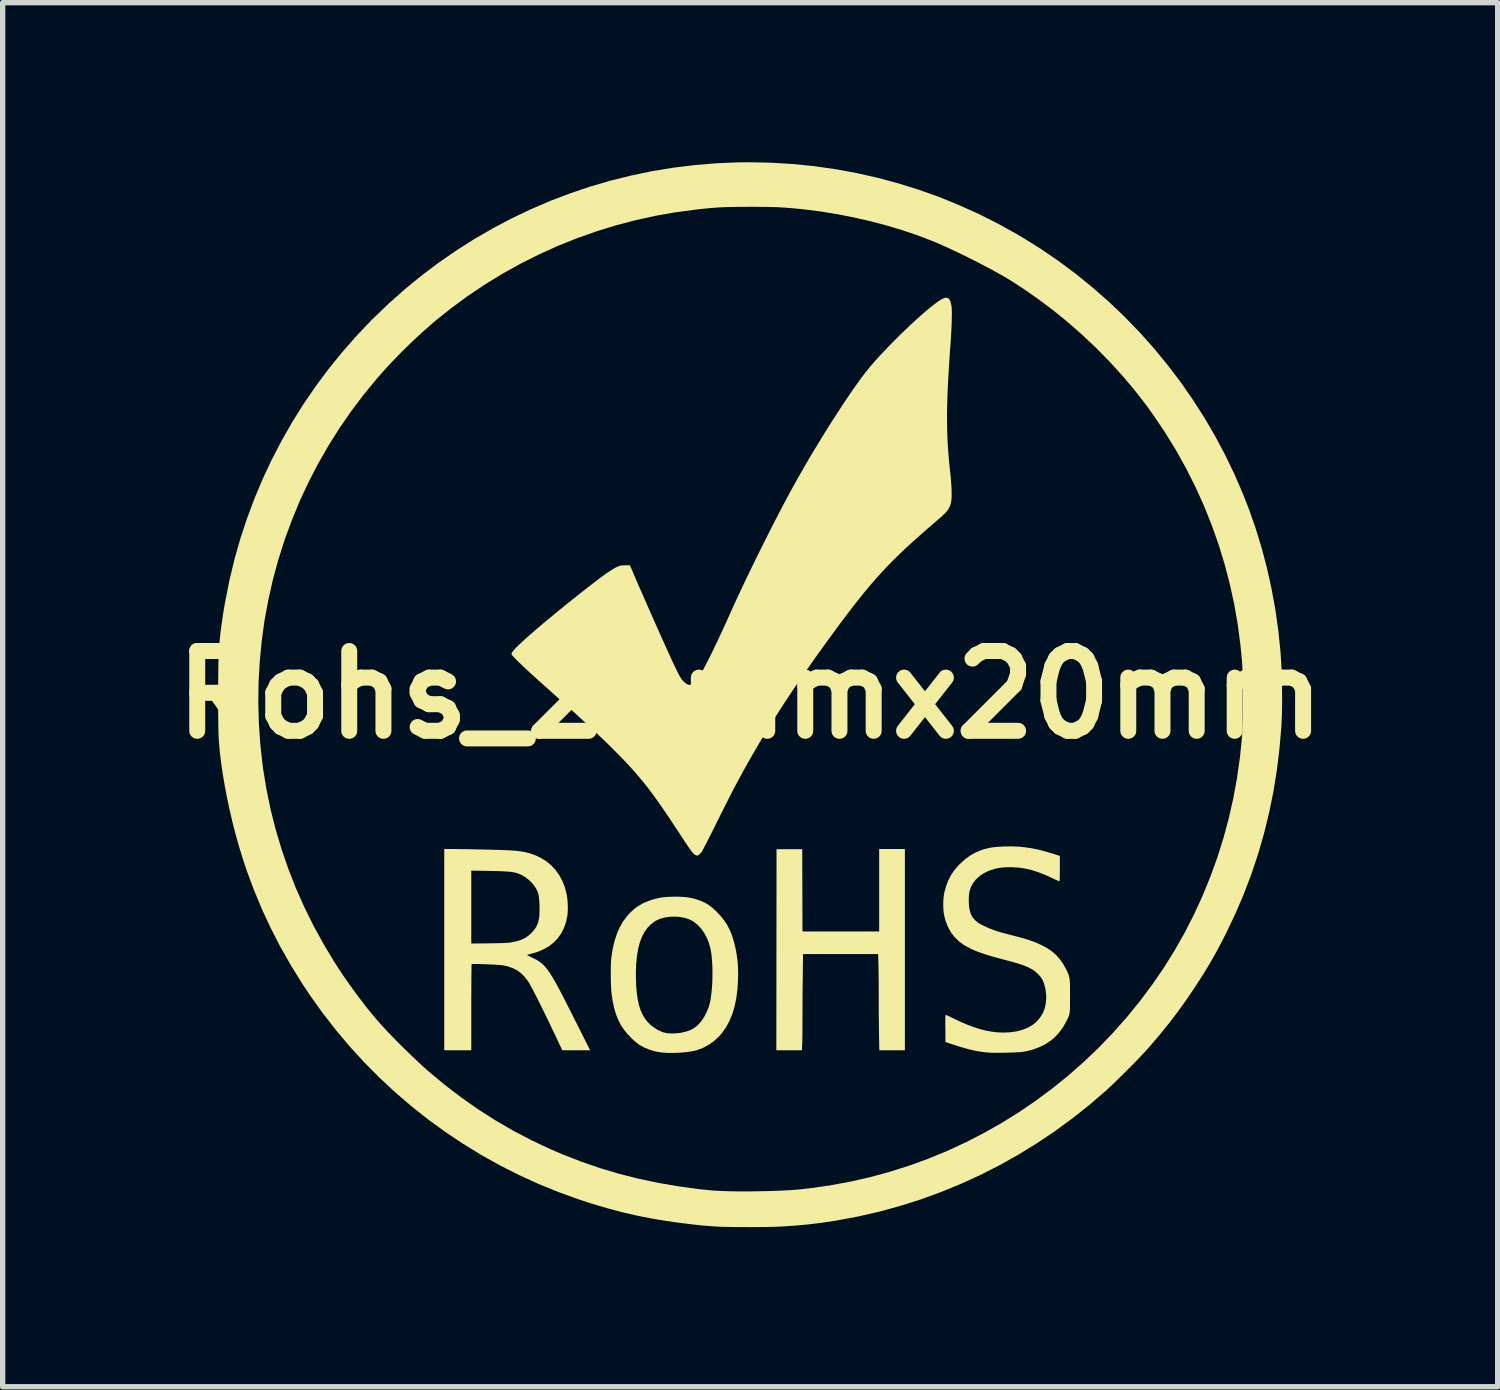
<source format=kicad_pcb>
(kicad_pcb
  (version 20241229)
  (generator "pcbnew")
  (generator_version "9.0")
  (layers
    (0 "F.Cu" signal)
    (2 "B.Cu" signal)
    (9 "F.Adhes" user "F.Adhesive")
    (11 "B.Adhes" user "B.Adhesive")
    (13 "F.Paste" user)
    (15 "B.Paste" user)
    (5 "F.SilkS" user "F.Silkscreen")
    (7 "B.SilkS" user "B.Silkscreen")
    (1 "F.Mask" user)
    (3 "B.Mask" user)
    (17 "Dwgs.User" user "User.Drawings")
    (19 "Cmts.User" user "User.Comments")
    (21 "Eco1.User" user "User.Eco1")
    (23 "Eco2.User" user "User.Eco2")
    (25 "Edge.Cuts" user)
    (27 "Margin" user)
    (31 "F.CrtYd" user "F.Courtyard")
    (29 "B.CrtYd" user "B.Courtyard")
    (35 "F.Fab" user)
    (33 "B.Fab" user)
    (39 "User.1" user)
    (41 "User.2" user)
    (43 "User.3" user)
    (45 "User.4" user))
  (footprint "Rohs_20mmx20mm"
    (layer "F.Cu")
    (at 11.05 10.008)
    (property "Reference" "Rohs_20mmx20mm" (at 0 0 0) (layer "F.SilkS") (effects (font (size 1.5 1.5) (thickness 0.3))))
    (attr exclude_from_pos_files exclude_from_bom allow_missing_courtyard)
    (fp_poly (pts (xy 2.908 4.792) (xy 2.908 6.683) (xy 2.668 6.683) (xy 2.428 6.683) (xy 2.422 6.39) (xy 2.421 6.316) (xy 2.42 6.229) (xy 2.419 6.133) (xy 2.418 6.031) (xy 2.417 5.927) (xy 2.417 5.825) (xy 2.417 5.729) (xy 2.417 5.699) (xy 2.417 5.61) (xy 2.416 5.517) (xy 2.416 5.425) (xy 2.415 5.335) (xy 2.414 5.252) (xy 2.413 5.178) (xy 2.412 5.115) (xy 2.411 5.089) (xy 2.406 4.875) (xy 1.7 4.875) (xy 0.994 4.875) (xy 0.989 5.269) (xy 0.988 5.368) (xy 0.986 5.479) (xy 0.985 5.598) (xy 0.985 5.719) (xy 0.984 5.839) (xy 0.984 5.951) (xy 0.983 6.052) (xy 0.983 6.059) (xy 0.983 6.144) (xy 0.983 6.227) (xy 0.982 6.307) (xy 0.982 6.381) (xy 0.981 6.448) (xy 0.98 6.503) (xy 0.979 6.547) (xy 0.978 6.57) (xy 0.972 6.683) (xy 0.732 6.683) (xy 0.492 6.683) (xy 0.494 4.794) (xy 0.496 2.904) (xy 0.738 2.904) (xy 0.979 2.904) (xy 0.981 3.677) (xy 0.983 4.45) (xy 1.704 4.45) (xy 2.425 4.45) (xy 2.425 3.675) (xy 2.425 2.9) (xy 2.667 2.9) (xy 2.908 2.9)) (stroke (width 0) (type solid)) (fill yes) (layer "F.SilkS"))
    (fp_poly (pts (xy -1.33 3.797) (xy -1.26 3.8) (xy -1.199 3.805) (xy -1.142 3.814) (xy -1.086 3.825) (xy -1.027 3.841) (xy -1.008 3.847) (xy -0.922 3.877) (xy -0.845 3.912) (xy -0.775 3.955) (xy -0.706 4.008) (xy -0.64 4.068) (xy -0.561 4.152) (xy -0.492 4.237) (xy -0.433 4.326) (xy -0.384 4.421) (xy -0.341 4.525) (xy -0.306 4.639) (xy -0.275 4.767) (xy -0.263 4.829) (xy -0.247 4.928) (xy -0.235 5.025) (xy -0.229 5.124) (xy -0.226 5.23) (xy -0.228 5.345) (xy -0.238 5.527) (xy -0.259 5.696) (xy -0.291 5.853) (xy -0.334 5.997) (xy -0.388 6.129) (xy -0.453 6.249) (xy -0.529 6.357) (xy -0.583 6.42) (xy -0.674 6.505) (xy -0.774 6.577) (xy -0.88 6.635) (xy -0.993 6.678) (xy -1.096 6.703) (xy -1.193 6.717) (xy -1.301 6.727) (xy -1.412 6.732) (xy -1.522 6.733) (xy -1.624 6.728) (xy -1.67 6.724) (xy -1.778 6.706) (xy -1.886 6.674) (xy -1.99 6.632) (xy -2.073 6.587) (xy -2.103 6.565) (xy -2.141 6.536) (xy -2.181 6.502) (xy -2.219 6.467) (xy -2.223 6.463) (xy -2.303 6.38) (xy -2.373 6.294) (xy -2.432 6.205) (xy -2.481 6.109) (xy -2.522 6.006) (xy -2.556 5.892) (xy -2.583 5.767) (xy -2.604 5.628) (xy -2.605 5.617) (xy -2.61 5.565) (xy -2.614 5.501) (xy -2.617 5.428) (xy -2.619 5.348) (xy -2.62 5.266) (xy -2.62 5.216) (xy -2.148 5.216) (xy -2.147 5.333) (xy -2.142 5.48) (xy -2.13 5.612) (xy -2.113 5.73) (xy -2.089 5.836) (xy -2.059 5.93) (xy -2.022 6.014) (xy -1.977 6.088) (xy -1.924 6.154) (xy -1.863 6.213) (xy -1.833 6.237) (xy -1.746 6.296) (xy -1.655 6.338) (xy -1.631 6.346) (xy -1.577 6.359) (xy -1.511 6.366) (xy -1.439 6.367) (xy -1.364 6.362) (xy -1.29 6.352) (xy -1.286 6.351) (xy -1.199 6.33) (xy -1.126 6.304) (xy -1.062 6.271) (xy -1.005 6.229) (xy -0.971 6.197) (xy -0.917 6.134) (xy -0.866 6.058) (xy -0.821 5.972) (xy -0.783 5.881) (xy -0.775 5.86) (xy -0.757 5.793) (xy -0.741 5.712) (xy -0.729 5.62) (xy -0.719 5.519) (xy -0.712 5.413) (xy -0.709 5.303) (xy -0.708 5.193) (xy -0.711 5.084) (xy -0.718 4.981) (xy -0.727 4.884) (xy -0.741 4.798) (xy -0.743 4.787) (xy -0.771 4.68) (xy -0.81 4.578) (xy -0.859 4.484) (xy -0.917 4.401) (xy -0.983 4.329) (xy -1.056 4.27) (xy -1.087 4.25) (xy -1.163 4.215) (xy -1.247 4.19) (xy -1.338 4.175) (xy -1.431 4.17) (xy -1.525 4.175) (xy -1.615 4.19) (xy -1.7 4.214) (xy -1.774 4.249) (xy -1.794 4.261) (xy -1.868 4.317) (xy -1.933 4.385) (xy -1.989 4.465) (xy -2.037 4.557) (xy -2.076 4.662) (xy -2.106 4.78) (xy -2.128 4.912) (xy -2.142 5.057) (xy -2.148 5.216) (xy -2.62 5.216) (xy -2.62 5.185) (xy -2.619 5.108) (xy -2.616 5.038) (xy -2.613 4.979) (xy -2.61 4.946) (xy -2.585 4.782) (xy -2.55 4.632) (xy -2.505 4.494) (xy -2.45 4.369) (xy -2.385 4.256) (xy -2.309 4.155) (xy -2.254 4.096) (xy -2.176 4.024) (xy -2.095 3.966) (xy -2.008 3.917) (xy -1.91 3.876) (xy -1.869 3.862) (xy -1.795 3.839) (xy -1.724 3.822) (xy -1.654 3.81) (xy -1.58 3.802) (xy -1.498 3.798) (xy -1.413 3.796)) (stroke (width 0) (type solid)) (fill yes) (layer "F.SilkS"))
    (fp_poly (pts (xy -5.619 2.9) (xy -5.561 2.9) (xy -5.491 2.901) (xy -5.412 2.902) (xy -5.325 2.903) (xy -5.234 2.905) (xy -5.139 2.907) (xy -5.043 2.909) (xy -4.948 2.911) (xy -4.856 2.914) (xy -4.77 2.916) (xy -4.691 2.918) (xy -4.622 2.921) (xy -4.564 2.923) (xy -4.52 2.925) (xy -4.508 2.926) (xy -4.397 2.934) (xy -4.3 2.946) (xy -4.212 2.963) (xy -4.132 2.984) (xy -4.056 3.011) (xy -3.98 3.044) (xy -3.946 3.061) (xy -3.841 3.125) (xy -3.746 3.201) (xy -3.662 3.289) (xy -3.591 3.388) (xy -3.531 3.497) (xy -3.484 3.617) (xy -3.45 3.746) (xy -3.449 3.75) (xy -3.438 3.82) (xy -3.431 3.899) (xy -3.427 3.98) (xy -3.428 4.059) (xy -3.433 4.131) (xy -3.436 4.156) (xy -3.462 4.278) (xy -3.502 4.389) (xy -3.554 4.49) (xy -3.619 4.581) (xy -3.697 4.661) (xy -3.788 4.731) (xy -3.891 4.789) (xy -4.007 4.837) (xy -4.127 4.872) (xy -4.157 4.88) (xy -4.18 4.886) (xy -4.191 4.891) (xy -4.192 4.892) (xy -4.185 4.897) (xy -4.165 4.908) (xy -4.136 4.923) (xy -4.1 4.941) (xy -4.084 4.949) (xy -4.044 4.969) (xy -4.008 4.988) (xy -3.974 5.009) (xy -3.942 5.031) (xy -3.911 5.056) (xy -3.88 5.085) (xy -3.85 5.117) (xy -3.819 5.155) (xy -3.787 5.199) (xy -3.753 5.249) (xy -3.717 5.308) (xy -3.677 5.374) (xy -3.635 5.451) (xy -3.588 5.537) (xy -3.537 5.634) (xy -3.481 5.744) (xy -3.419 5.866) (xy -3.35 6.002) (xy -3.304 6.094) (xy -3.008 6.683) (xy -3.269 6.683) (xy -3.531 6.683) (xy -3.683 6.36) (xy -3.732 6.258) (xy -3.781 6.155) (xy -3.831 6.053) (xy -3.879 5.953) (xy -3.927 5.857) (xy -3.972 5.766) (xy -4.015 5.682) (xy -4.054 5.605) (xy -4.089 5.537) (xy -4.12 5.481) (xy -4.144 5.435) (xy -4.163 5.404) (xy -4.167 5.397) (xy -4.231 5.311) (xy -4.299 5.241) (xy -4.374 5.184) (xy -4.458 5.14) (xy -4.552 5.107) (xy -4.638 5.087) (xy -4.661 5.084) (xy -4.697 5.081) (xy -4.742 5.078) (xy -4.796 5.074) (xy -4.854 5.071) (xy -4.916 5.069) (xy -4.978 5.066) (xy -5.039 5.064) (xy -5.095 5.062) (xy -5.145 5.061) (xy -5.186 5.061) (xy -5.216 5.061) (xy -5.233 5.063) (xy -5.235 5.063) (xy -5.236 5.072) (xy -5.237 5.096) (xy -5.238 5.135) (xy -5.238 5.187) (xy -5.239 5.251) (xy -5.24 5.326) (xy -5.24 5.411) (xy -5.241 5.504) (xy -5.241 5.605) (xy -5.242 5.713) (xy -5.242 5.825) (xy -5.242 5.875) (xy -5.242 6.683) (xy -5.496 6.683) (xy -5.75 6.683) (xy -5.75 4.792) (xy -5.75 3.991) (xy -5.242 3.991) (xy -5.242 4.677) (xy -4.906 4.673) (xy -4.81 4.671) (xy -4.729 4.67) (xy -4.661 4.668) (xy -4.606 4.666) (xy -4.56 4.663) (xy -4.524 4.66) (xy -4.494 4.656) (xy -4.49 4.655) (xy -4.393 4.635) (xy -4.309 4.609) (xy -4.235 4.574) (xy -4.169 4.53) (xy -4.112 4.479) (xy -4.055 4.414) (xy -4.012 4.348) (xy -3.984 4.278) (xy -3.968 4.202) (xy -3.967 4.196) (xy -3.961 4.129) (xy -3.959 4.057) (xy -3.959 3.984) (xy -3.961 3.912) (xy -3.966 3.845) (xy -3.973 3.785) (xy -3.983 3.737) (xy -3.991 3.709) (xy -4.029 3.634) (xy -4.081 3.561) (xy -4.144 3.495) (xy -4.215 3.437) (xy -4.292 3.39) (xy -4.372 3.356) (xy -4.377 3.354) (xy -4.409 3.345) (xy -4.444 3.338) (xy -4.486 3.331) (xy -4.534 3.326) (xy -4.592 3.322) (xy -4.66 3.318) (xy -4.741 3.315) (xy -4.835 3.313) (xy -4.935 3.311) (xy -5.242 3.306) (xy -5.242 3.991) (xy -5.75 3.991) (xy -5.75 2.9)) (stroke (width 0) (type solid)) (fill yes) (layer "F.SilkS"))
    (fp_poly (pts (xy 5.048 2.856) (xy 5.169 2.868) (xy 5.29 2.886) (xy 5.414 2.911) (xy 5.545 2.945) (xy 5.686 2.987) (xy 5.708 2.994) (xy 5.821 3.03) (xy 5.821 3.264) (xy 5.821 3.325) (xy 5.82 3.381) (xy 5.819 3.428) (xy 5.818 3.466) (xy 5.817 3.492) (xy 5.815 3.504) (xy 5.815 3.505) (xy 5.806 3.503) (xy 5.784 3.495) (xy 5.753 3.482) (xy 5.713 3.464) (xy 5.668 3.443) (xy 5.661 3.439) (xy 5.527 3.379) (xy 5.402 3.331) (xy 5.283 3.293) (xy 5.167 3.267) (xy 5.05 3.25) (xy 4.932 3.243) (xy 4.888 3.242) (xy 4.809 3.243) (xy 4.742 3.248) (xy 4.681 3.255) (xy 4.621 3.267) (xy 4.592 3.275) (xy 4.489 3.308) (xy 4.397 3.352) (xy 4.316 3.405) (xy 4.247 3.468) (xy 4.191 3.538) (xy 4.149 3.616) (xy 4.122 3.701) (xy 4.121 3.706) (xy 4.114 3.754) (xy 4.11 3.812) (xy 4.109 3.876) (xy 4.111 3.939) (xy 4.117 3.995) (xy 4.121 4.022) (xy 4.135 4.081) (xy 4.15 4.126) (xy 4.168 4.164) (xy 4.191 4.197) (xy 4.221 4.231) (xy 4.224 4.234) (xy 4.25 4.258) (xy 4.274 4.278) (xy 4.301 4.297) (xy 4.335 4.316) (xy 4.38 4.339) (xy 4.392 4.344) (xy 4.452 4.373) (xy 4.511 4.398) (xy 4.573 4.421) (xy 4.639 4.444) (xy 4.714 4.467) (xy 4.798 4.49) (xy 4.897 4.515) (xy 4.902 4.517) (xy 4.992 4.54) (xy 5.068 4.56) (xy 5.134 4.578) (xy 5.191 4.595) (xy 5.242 4.611) (xy 5.29 4.628) (xy 5.338 4.646) (xy 5.361 4.655) (xy 5.479 4.707) (xy 5.582 4.763) (xy 5.672 4.824) (xy 5.75 4.892) (xy 5.819 4.969) (xy 5.88 5.055) (xy 5.933 5.15) (xy 5.953 5.189) (xy 5.968 5.222) (xy 5.981 5.252) (xy 5.991 5.282) (xy 5.999 5.313) (xy 6.004 5.347) (xy 6.008 5.386) (xy 6.011 5.434) (xy 6.012 5.491) (xy 6.012 5.56) (xy 6.012 5.643) (xy 6.012 5.662) (xy 6.012 5.746) (xy 6.012 5.815) (xy 6.011 5.871) (xy 6.01 5.918) (xy 6.007 5.956) (xy 6.003 5.987) (xy 5.997 6.015) (xy 5.988 6.041) (xy 5.978 6.068) (xy 5.964 6.096) (xy 5.948 6.13) (xy 5.94 6.145) (xy 5.879 6.252) (xy 5.808 6.349) (xy 5.729 6.435) (xy 5.663 6.491) (xy 5.558 6.562) (xy 5.443 6.621) (xy 5.318 6.668) (xy 5.185 6.702) (xy 5.121 6.713) (xy 5.091 6.716) (xy 5.048 6.719) (xy 4.994 6.722) (xy 4.932 6.725) (xy 4.864 6.727) (xy 4.795 6.729) (xy 4.725 6.73) (xy 4.66 6.731) (xy 4.6 6.731) (xy 4.55 6.73) (xy 4.512 6.729) (xy 4.508 6.728) (xy 4.414 6.72) (xy 4.322 6.708) (xy 4.229 6.692) (xy 4.132 6.67) (xy 4.029 6.642) (xy 3.915 6.608) (xy 3.832 6.581) (xy 3.671 6.528) (xy 3.669 6.272) (xy 3.668 6.189) (xy 3.668 6.122) (xy 3.669 6.072) (xy 3.671 6.038) (xy 3.673 6.02) (xy 3.675 6.017) (xy 3.686 6.02) (xy 3.708 6.03) (xy 3.738 6.044) (xy 3.767 6.059) (xy 3.914 6.13) (xy 4.05 6.19) (xy 4.178 6.239) (xy 4.299 6.279) (xy 4.414 6.31) (xy 4.526 6.331) (xy 4.636 6.345) (xy 4.746 6.35) (xy 4.768 6.35) (xy 4.897 6.344) (xy 5.016 6.326) (xy 5.125 6.296) (xy 5.223 6.256) (xy 5.31 6.205) (xy 5.385 6.144) (xy 5.447 6.072) (xy 5.497 5.992) (xy 5.534 5.903) (xy 5.557 5.805) (xy 5.565 5.699) (xy 5.564 5.642) (xy 5.551 5.534) (xy 5.526 5.434) (xy 5.499 5.368) (xy 5.479 5.332) (xy 5.452 5.296) (xy 5.416 5.256) (xy 5.405 5.245) (xy 5.369 5.212) (xy 5.33 5.182) (xy 5.287 5.155) (xy 5.238 5.129) (xy 5.182 5.104) (xy 5.116 5.079) (xy 5.039 5.054) (xy 4.949 5.027) (xy 4.846 4.999) (xy 4.804 4.988) (xy 4.686 4.957) (xy 4.581 4.928) (xy 4.489 4.901) (xy 4.408 4.876) (xy 4.336 4.852) (xy 4.27 4.827) (xy 4.208 4.802) (xy 4.15 4.776) (xy 4.12 4.761) (xy 4.013 4.701) (xy 3.919 4.631) (xy 3.839 4.551) (xy 3.771 4.461) (xy 3.716 4.36) (xy 3.672 4.248) (xy 3.645 4.142) (xy 3.636 4.084) (xy 3.631 4.016) (xy 3.629 3.942) (xy 3.631 3.867) (xy 3.637 3.796) (xy 3.646 3.734) (xy 3.648 3.725) (xy 3.681 3.602) (xy 3.723 3.491) (xy 3.776 3.39) (xy 3.841 3.295) (xy 3.92 3.203) (xy 3.945 3.179) (xy 4.038 3.094) (xy 4.132 3.025) (xy 4.23 2.969) (xy 4.334 2.925) (xy 4.379 2.909) (xy 4.442 2.892) (xy 4.504 2.878) (xy 4.569 2.867) (xy 4.64 2.86) (xy 4.722 2.855) (xy 4.792 2.852) (xy 4.923 2.851)) (stroke (width 0) (type solid)) (fill yes) (layer "F.SilkS"))
    (fp_poly (pts (xy 3.725 -7.451) (xy 3.749 -7.424) (xy 3.767 -7.382) (xy 3.781 -7.324) (xy 3.784 -7.308) (xy 3.788 -7.272) (xy 3.79 -7.221) (xy 3.791 -7.156) (xy 3.79 -7.08) (xy 3.788 -6.995) (xy 3.784 -6.901) (xy 3.779 -6.8) (xy 3.773 -6.695) (xy 3.766 -6.587) (xy 3.763 -6.55) (xy 3.747 -6.328) (xy 3.734 -6.121) (xy 3.722 -5.927) (xy 3.713 -5.745) (xy 3.707 -5.574) (xy 3.702 -5.412) (xy 3.7 -5.258) (xy 3.701 -5.109) (xy 3.703 -4.965) (xy 3.708 -4.824) (xy 3.715 -4.685) (xy 3.725 -4.546) (xy 3.737 -4.406) (xy 3.751 -4.263) (xy 3.76 -4.183) (xy 3.772 -4.066) (xy 3.78 -3.958) (xy 3.786 -3.861) (xy 3.787 -3.775) (xy 3.786 -3.702) (xy 3.781 -3.642) (xy 3.773 -3.601) (xy 3.761 -3.562) (xy 3.747 -3.528) (xy 3.73 -3.495) (xy 3.708 -3.463) (xy 3.679 -3.428) (xy 3.642 -3.391) (xy 3.596 -3.347) (xy 3.538 -3.297) (xy 3.504 -3.268) (xy 3.342 -3.128) (xy 3.193 -2.997) (xy 3.054 -2.873) (xy 2.924 -2.754) (xy 2.802 -2.638) (xy 2.686 -2.524) (xy 2.575 -2.411) (xy 2.468 -2.297) (xy 2.363 -2.18) (xy 2.258 -2.059) (xy 2.153 -1.933) (xy 2.045 -1.799) (xy 1.933 -1.657) (xy 1.817 -1.505) (xy 1.694 -1.342) (xy 1.465 -1.03) (xy 1.248 -0.729) (xy 1.042 -0.436) (xy 0.846 -0.151) (xy 0.661 0.127) (xy 0.485 0.4) (xy 0.317 0.668) (xy 0.157 0.933) (xy 0.005 1.195) (xy -0.092 1.367) (xy -0.135 1.445) (xy -0.175 1.519) (xy -0.214 1.59) (xy -0.252 1.661) (xy -0.29 1.733) (xy -0.329 1.807) (xy -0.37 1.886) (xy -0.413 1.972) (xy -0.46 2.065) (xy -0.512 2.167) (xy -0.569 2.282) (xy -0.632 2.409) (xy -0.638 2.42) (xy -0.68 2.506) (xy -0.721 2.588) (xy -0.76 2.665) (xy -0.797 2.736) (xy -0.829 2.8) (xy -0.857 2.854) (xy -0.88 2.898) (xy -0.898 2.931) (xy -0.909 2.95) (xy -0.911 2.953) (xy -0.935 2.982) (xy -0.96 3.006) (xy -0.982 3.021) (xy -0.996 3.024) (xy -1.01 3.021) (xy -1.021 3.017) (xy -1.033 3.011) (xy -1.046 3.002) (xy -1.059 2.991) (xy -1.074 2.976) (xy -1.092 2.956) (xy -1.112 2.929) (xy -1.137 2.894) (xy -1.167 2.851) (xy -1.203 2.798) (xy -1.245 2.735) (xy -1.295 2.659) (xy -1.339 2.591) (xy -1.44 2.439) (xy -1.532 2.299) (xy -1.619 2.172) (xy -1.7 2.054) (xy -1.777 1.945) (xy -1.852 1.844) (xy -1.924 1.748) (xy -1.996 1.657) (xy -2.068 1.57) (xy -2.141 1.484) (xy -2.217 1.398) (xy -2.296 1.311) (xy -2.381 1.222) (xy -2.471 1.129) (xy -2.567 1.033) (xy -2.666 0.934) (xy -2.773 0.83) (xy -2.889 0.72) (xy -3.014 0.603) (xy -3.149 0.478) (xy -3.294 0.345) (xy -3.451 0.203) (xy -3.572 0.096) (xy -3.677 0.002) (xy -3.77 -0.082) (xy -3.853 -0.156) (xy -3.926 -0.222) (xy -3.99 -0.279) (xy -4.047 -0.331) (xy -4.097 -0.375) (xy -4.14 -0.415) (xy -4.179 -0.451) (xy -4.213 -0.483) (xy -4.244 -0.512) (xy -4.273 -0.539) (xy -4.301 -0.566) (xy -4.328 -0.592) (xy -4.34 -0.604) (xy -4.379 -0.642) (xy -4.414 -0.678) (xy -4.444 -0.709) (xy -4.466 -0.733) (xy -4.478 -0.749) (xy -4.48 -0.751) (xy -4.486 -0.765) (xy -4.485 -0.778) (xy -4.476 -0.794) (xy -4.465 -0.81) (xy -4.44 -0.841) (xy -4.402 -0.882) (xy -4.352 -0.932) (xy -4.29 -0.99) (xy -4.218 -1.056) (xy -4.136 -1.129) (xy -4.044 -1.209) (xy -3.943 -1.295) (xy -3.835 -1.386) (xy -3.719 -1.482) (xy -3.596 -1.583) (xy -3.466 -1.688) (xy -3.332 -1.796) (xy -3.192 -1.907) (xy -3.183 -1.914) (xy -3.076 -1.998) (xy -2.98 -2.073) (xy -2.895 -2.138) (xy -2.82 -2.195) (xy -2.754 -2.243) (xy -2.696 -2.285) (xy -2.645 -2.319) (xy -2.6 -2.348) (xy -2.561 -2.372) (xy -2.525 -2.391) (xy -2.509 -2.399) (xy -2.48 -2.412) (xy -2.456 -2.421) (xy -2.432 -2.427) (xy -2.403 -2.43) (xy -2.364 -2.432) (xy -2.352 -2.432) (xy -2.312 -2.433) (xy -2.285 -2.433) (xy -2.268 -2.432) (xy -2.259 -2.428) (xy -2.254 -2.422) (xy -2.251 -2.415) (xy -2.241 -2.39) (xy -2.224 -2.35) (xy -2.202 -2.298) (xy -2.175 -2.234) (xy -2.143 -2.161) (xy -2.108 -2.079) (xy -2.069 -1.99) (xy -2.027 -1.896) (xy -1.984 -1.796) (xy -1.939 -1.694) (xy -1.893 -1.589) (xy -1.847 -1.485) (xy -1.801 -1.381) (xy -1.755 -1.279) (xy -1.712 -1.181) (xy -1.67 -1.087) (xy -1.631 -1) (xy -1.595 -0.921) (xy -1.569 -0.862) (xy -1.519 -0.754) (xy -1.476 -0.659) (xy -1.438 -0.578) (xy -1.405 -0.509) (xy -1.377 -0.45) (xy -1.352 -0.402) (xy -1.331 -0.361) (xy -1.312 -0.329) (xy -1.295 -0.302) (xy -1.28 -0.281) (xy -1.266 -0.264) (xy -1.266 -0.264) (xy -1.221 -0.221) (xy -1.177 -0.193) (xy -1.135 -0.183) (xy -1.094 -0.189) (xy -1.055 -0.211) (xy -1.016 -0.251) (xy -0.994 -0.282) (xy -0.954 -0.346) (xy -0.908 -0.425) (xy -0.857 -0.52) (xy -0.8 -0.629) (xy -0.738 -0.753) (xy -0.671 -0.891) (xy -0.598 -1.043) (xy -0.521 -1.209) (xy -0.439 -1.388) (xy -0.367 -1.549) (xy -0.296 -1.706) (xy -0.217 -1.876) (xy -0.133 -2.056) (xy -0.043 -2.243) (xy 0.05 -2.435) (xy 0.145 -2.63) (xy 0.243 -2.826) (xy 0.34 -3.02) (xy 0.436 -3.209) (xy 0.531 -3.393) (xy 0.622 -3.567) (xy 0.709 -3.731) (xy 0.769 -3.842) (xy 0.857 -4) (xy 0.949 -4.163) (xy 1.044 -4.329) (xy 1.142 -4.496) (xy 1.243 -4.663) (xy 1.344 -4.829) (xy 1.445 -4.993) (xy 1.546 -5.152) (xy 1.646 -5.307) (xy 1.743 -5.455) (xy 1.837 -5.596) (xy 1.927 -5.728) (xy 2.013 -5.849) (xy 2.092 -5.959) (xy 2.166 -6.055) (xy 2.195 -6.092) (xy 2.262 -6.174) (xy 2.339 -6.263) (xy 2.423 -6.356) (xy 2.514 -6.453) (xy 2.609 -6.553) (xy 2.707 -6.653) (xy 2.808 -6.754) (xy 2.91 -6.852) (xy 3.01 -6.948) (xy 3.109 -7.039) (xy 3.205 -7.125) (xy 3.296 -7.204) (xy 3.381 -7.276) (xy 3.458 -7.337) (xy 3.527 -7.388) (xy 3.558 -7.409) (xy 3.612 -7.441) (xy 3.657 -7.459) (xy 3.695 -7.462)) (stroke (width 0) (type solid)) (fill yes) (layer "F.SilkS"))
    (fp_poly (pts (xy 0.392 -10) (xy 0.799 -9.975) (xy 1.203 -9.935) (xy 1.604 -9.878) (xy 2.002 -9.805) (xy 2.396 -9.716) (xy 2.786 -9.611) (xy 3.172 -9.491) (xy 3.552 -9.355) (xy 3.926 -9.203) (xy 4.295 -9.037) (xy 4.657 -8.855) (xy 5.012 -8.658) (xy 5.125 -8.591) (xy 5.469 -8.376) (xy 5.803 -8.147) (xy 6.128 -7.905) (xy 6.441 -7.65) (xy 6.744 -7.384) (xy 7.036 -7.106) (xy 7.316 -6.817) (xy 7.584 -6.517) (xy 7.84 -6.206) (xy 8.084 -5.886) (xy 8.314 -5.555) (xy 8.532 -5.216) (xy 8.736 -4.868) (xy 8.925 -4.512) (xy 9.101 -4.148) (xy 9.262 -3.776) (xy 9.375 -3.487) (xy 9.503 -3.122) (xy 9.617 -2.748) (xy 9.717 -2.367) (xy 9.802 -1.981) (xy 9.873 -1.592) (xy 9.928 -1.2) (xy 9.968 -0.808) (xy 9.97 -0.779) (xy 9.979 -0.644) (xy 9.987 -0.498) (xy 9.993 -0.345) (xy 9.996 -0.188) (xy 9.998 -0.03) (xy 9.999 0.126) (xy 9.997 0.276) (xy 9.993 0.418) (xy 9.987 0.549) (xy 9.984 0.608) (xy 9.948 1.024) (xy 9.898 1.431) (xy 9.833 1.832) (xy 9.752 2.226) (xy 9.657 2.614) (xy 9.547 2.995) (xy 9.421 3.372) (xy 9.28 3.743) (xy 9.123 4.11) (xy 8.951 4.472) (xy 8.937 4.5) (xy 8.852 4.666) (xy 8.769 4.822) (xy 8.685 4.971) (xy 8.599 5.119) (xy 8.507 5.268) (xy 8.407 5.423) (xy 8.346 5.517) (xy 8.194 5.741) (xy 8.042 5.953) (xy 7.887 6.157) (xy 7.725 6.358) (xy 7.554 6.56) (xy 7.442 6.688) (xy 7.397 6.737) (xy 7.342 6.795) (xy 7.279 6.861) (xy 7.21 6.932) (xy 7.136 7.006) (xy 7.061 7.082) (xy 6.985 7.157) (xy 6.911 7.23) (xy 6.841 7.298) (xy 6.777 7.359) (xy 6.721 7.411) (xy 6.688 7.441) (xy 6.375 7.711) (xy 6.053 7.966) (xy 5.723 8.207) (xy 5.384 8.434) (xy 5.038 8.647) (xy 4.685 8.845) (xy 4.324 9.028) (xy 3.957 9.196) (xy 3.583 9.349) (xy 3.203 9.487) (xy 2.818 9.609) (xy 2.427 9.716) (xy 2.031 9.807) (xy 1.63 9.882) (xy 1.55 9.895) (xy 1.323 9.928) (xy 1.101 9.955) (xy 0.877 9.976) (xy 0.647 9.992) (xy 0.483 10) (xy 0.412 10.002) (xy 0.327 10.004) (xy 0.231 10.005) (xy 0.126 10.006) (xy 0.016 10.007) (xy -0.096 10.006) (xy -0.208 10.006) (xy -0.317 10.005) (xy -0.42 10.003) (xy -0.514 10.001) (xy -0.562 10) (xy -0.657 9.995) (xy -0.765 9.987) (xy -0.885 9.977) (xy -1.014 9.964) (xy -1.149 9.948) (xy -1.288 9.931) (xy -1.429 9.912) (xy -1.569 9.891) (xy -1.706 9.87) (xy -1.838 9.847) (xy -1.85 9.845) (xy -2.132 9.79) (xy -2.416 9.724) (xy -2.703 9.647) (xy -2.998 9.559) (xy -3.225 9.485) (xy -3.605 9.347) (xy -3.979 9.195) (xy -4.346 9.027) (xy -4.704 8.846) (xy -5.055 8.65) (xy -5.398 8.44) (xy -5.731 8.217) (xy -6.056 7.981) (xy -6.37 7.732) (xy -6.675 7.47) (xy -6.97 7.196) (xy -7.253 6.91) (xy -7.526 6.612) (xy -7.786 6.303) (xy -8.035 5.983) (xy -8.271 5.653) (xy -8.424 5.423) (xy -8.633 5.085) (xy -8.827 4.744) (xy -9.005 4.399) (xy -9.169 4.049) (xy -9.318 3.692) (xy -9.455 3.328) (xy -9.483 3.246) (xy -9.55 3.04) (xy -9.615 2.826) (xy -9.676 2.607) (xy -9.733 2.384) (xy -9.785 2.159) (xy -9.833 1.935) (xy -9.875 1.714) (xy -9.912 1.497) (xy -9.943 1.287) (xy -9.967 1.087) (xy -9.984 0.898) (xy -9.992 0.775) (xy -9.993 0.728) (xy -9.995 0.666) (xy -9.996 0.591) (xy -9.997 0.505) (xy -9.998 0.411) (xy -9.999 0.309) (xy -9.999 0.202) (xy -9.999 0.156) (xy -9.245 0.156) (xy -9.234 0.546) (xy -9.207 0.935) (xy -9.164 1.324) (xy -9.154 1.4) (xy -9.091 1.782) (xy -9.013 2.161) (xy -8.918 2.536) (xy -8.807 2.906) (xy -8.681 3.273) (xy -8.539 3.634) (xy -8.381 3.99) (xy -8.208 4.341) (xy -8.019 4.685) (xy -7.816 5.023) (xy -7.765 5.102) (xy -7.669 5.249) (xy -7.565 5.399) (xy -7.457 5.55) (xy -7.346 5.7) (xy -7.235 5.845) (xy -7.125 5.982) (xy -7.019 6.108) (xy -6.953 6.183) (xy -6.885 6.258) (xy -6.807 6.342) (xy -6.72 6.432) (xy -6.628 6.526) (xy -6.532 6.622) (xy -6.434 6.717) (xy -6.337 6.811) (xy -6.244 6.899) (xy -6.156 6.981) (xy -6.075 7.053) (xy -6.05 7.075) (xy -5.747 7.328) (xy -5.436 7.566) (xy -5.117 7.79) (xy -4.79 7.999) (xy -4.455 8.194) (xy -4.111 8.374) (xy -3.758 8.54) (xy -3.513 8.645) (xy -3.168 8.779) (xy -2.818 8.899) (xy -2.462 9.005) (xy -2.099 9.097) (xy -1.728 9.175) (xy -1.349 9.24) (xy -0.961 9.293) (xy -0.767 9.313) (xy -0.687 9.32) (xy -0.593 9.325) (xy -0.486 9.33) (xy -0.369 9.333) (xy -0.243 9.335) (xy -0.11 9.335) (xy 0.027 9.335) (xy 0.167 9.333) (xy 0.308 9.33) (xy 0.447 9.326) (xy 0.479 9.325) (xy 0.583 9.321) (xy 0.674 9.316) (xy 0.756 9.312) (xy 0.833 9.306) (xy 0.908 9.3) (xy 0.985 9.292) (xy 1.067 9.283) (xy 1.104 9.279) (xy 1.489 9.225) (xy 1.87 9.155) (xy 2.247 9.07) (xy 2.618 8.969) (xy 2.985 8.853) (xy 3.346 8.722) (xy 3.7 8.576) (xy 4.048 8.415) (xy 4.389 8.24) (xy 4.723 8.052) (xy 5.049 7.849) (xy 5.366 7.633) (xy 5.675 7.404) (xy 5.975 7.162) (xy 6.265 6.907) (xy 6.545 6.64) (xy 6.815 6.36) (xy 7.073 6.069) (xy 7.321 5.766) (xy 7.554 5.454) (xy 7.772 5.137) (xy 7.975 4.812) (xy 8.165 4.477) (xy 8.34 4.135) (xy 8.501 3.785) (xy 8.647 3.428) (xy 8.779 3.066) (xy 8.895 2.697) (xy 8.996 2.324) (xy 9.081 1.947) (xy 9.151 1.566) (xy 9.205 1.182) (xy 9.212 1.117) (xy 9.222 1.02) (xy 9.231 0.932) (xy 9.239 0.852) (xy 9.245 0.775) (xy 9.25 0.701) (xy 9.254 0.627) (xy 9.257 0.549) (xy 9.26 0.467) (xy 9.261 0.377) (xy 9.262 0.276) (xy 9.262 0.163) (xy 9.262 0.079) (xy 9.262 -0.044) (xy 9.262 -0.152) (xy 9.261 -0.249) (xy 9.259 -0.336) (xy 9.256 -0.416) (xy 9.253 -0.491) (xy 9.249 -0.565) (xy 9.244 -0.638) (xy 9.237 -0.714) (xy 9.229 -0.795) (xy 9.22 -0.884) (xy 9.216 -0.925) (xy 9.166 -1.313) (xy 9.099 -1.697) (xy 9.016 -2.078) (xy 8.918 -2.454) (xy 8.804 -2.826) (xy 8.674 -3.192) (xy 8.529 -3.553) (xy 8.369 -3.907) (xy 8.194 -4.255) (xy 8.004 -4.596) (xy 7.799 -4.929) (xy 7.58 -5.254) (xy 7.441 -5.448) (xy 7.229 -5.721) (xy 7.002 -5.99) (xy 6.763 -6.253) (xy 6.512 -6.509) (xy 6.251 -6.756) (xy 5.982 -6.993) (xy 5.733 -7.196) (xy 5.619 -7.284) (xy 5.498 -7.374) (xy 5.375 -7.464) (xy 5.251 -7.551) (xy 5.13 -7.634) (xy 5.013 -7.711) (xy 4.905 -7.78) (xy 4.848 -7.815) (xy 4.737 -7.88) (xy 4.614 -7.949) (xy 4.481 -8.021) (xy 4.341 -8.095) (xy 4.196 -8.169) (xy 4.05 -8.242) (xy 3.906 -8.312) (xy 3.765 -8.379) (xy 3.63 -8.44) (xy 3.505 -8.495) (xy 3.415 -8.532) (xy 3.143 -8.636) (xy 2.859 -8.732) (xy 2.565 -8.82) (xy 2.262 -8.9) (xy 1.955 -8.97) (xy 1.644 -9.031) (xy 1.334 -9.082) (xy 1.025 -9.121) (xy 0.912 -9.133) (xy 0.825 -9.141) (xy 0.747 -9.148) (xy 0.676 -9.154) (xy 0.609 -9.158) (xy 0.543 -9.162) (xy 0.477 -9.165) (xy 0.408 -9.167) (xy 0.333 -9.169) (xy 0.25 -9.17) (xy 0.156 -9.17) (xy 0.049 -9.171) (xy 0.004 -9.171) (xy -0.118 -9.17) (xy -0.227 -9.17) (xy -0.324 -9.168) (xy -0.412 -9.166) (xy -0.494 -9.164) (xy -0.572 -9.16) (xy -0.649 -9.155) (xy -0.728 -9.149) (xy -0.811 -9.141) (xy -0.901 -9.132) (xy -1 -9.121) (xy -1.008 -9.12) (xy -1.395 -9.069) (xy -1.778 -9.002) (xy -2.158 -8.918) (xy -2.533 -8.82) (xy -2.903 -8.705) (xy -3.268 -8.575) (xy -3.627 -8.431) (xy -3.979 -8.271) (xy -4.325 -8.097) (xy -4.663 -7.909) (xy -4.993 -7.706) (xy -5.315 -7.49) (xy -5.627 -7.26) (xy -5.93 -7.017) (xy -5.987 -6.968) (xy -6.171 -6.806) (xy -6.357 -6.633) (xy -6.542 -6.452) (xy -6.723 -6.266) (xy -6.895 -6.081) (xy -7.017 -5.941) (xy -7.264 -5.641) (xy -7.498 -5.331) (xy -7.719 -5.011) (xy -7.926 -4.682) (xy -8.12 -4.344) (xy -8.299 -3.998) (xy -8.464 -3.645) (xy -8.613 -3.284) (xy -8.748 -2.918) (xy -8.755 -2.896) (xy -8.872 -2.527) (xy -8.973 -2.154) (xy -9.058 -1.776) (xy -9.128 -1.394) (xy -9.181 -1.009) (xy -9.218 -0.622) (xy -9.24 -0.234) (xy -9.245 0.156) (xy -9.999 0.156) (xy -9.999 0.093) (xy -9.999 -0.018) (xy -9.999 -0.128) (xy -9.999 -0.236) (xy -9.998 -0.339) (xy -9.997 -0.435) (xy -9.996 -0.523) (xy -9.995 -0.6) (xy -9.993 -0.665) (xy -9.992 -0.713) (xy -9.984 -0.849) (xy -9.974 -0.986) (xy -9.96 -1.126) (xy -9.942 -1.273) (xy -9.92 -1.428) (xy -9.894 -1.594) (xy -9.866 -1.756) (xy -9.787 -2.153) (xy -9.693 -2.545) (xy -9.583 -2.932) (xy -9.457 -3.314) (xy -9.316 -3.69) (xy -9.16 -4.061) (xy -8.989 -4.424) (xy -8.803 -4.781) (xy -8.604 -5.13) (xy -8.39 -5.471) (xy -8.162 -5.803) (xy -7.921 -6.127) (xy -7.666 -6.441) (xy -7.398 -6.746) (xy -7.118 -7.04) (xy -7.096 -7.062) (xy -6.801 -7.346) (xy -6.496 -7.617) (xy -6.182 -7.874) (xy -5.859 -8.118) (xy -5.527 -8.347) (xy -5.188 -8.563) (xy -4.841 -8.764) (xy -4.487 -8.951) (xy -4.126 -9.123) (xy -3.759 -9.281) (xy -3.385 -9.423) (xy -3.007 -9.551) (xy -2.623 -9.663) (xy -2.234 -9.759) (xy -1.841 -9.841) (xy -1.444 -9.906) (xy -1.044 -9.955) (xy -0.64 -9.989) (xy -0.234 -10.006) (xy -0.017 -10.008)) (stroke (width 0) (type solid)) (fill yes) (layer "F.SilkS")))
  (gr_rect
    (start -3 -3)
    (end 25.1 23.015)
    (stroke (width 0.1) (type default))
    (fill no)
    (layer "Edge.Cuts")))
</source>
